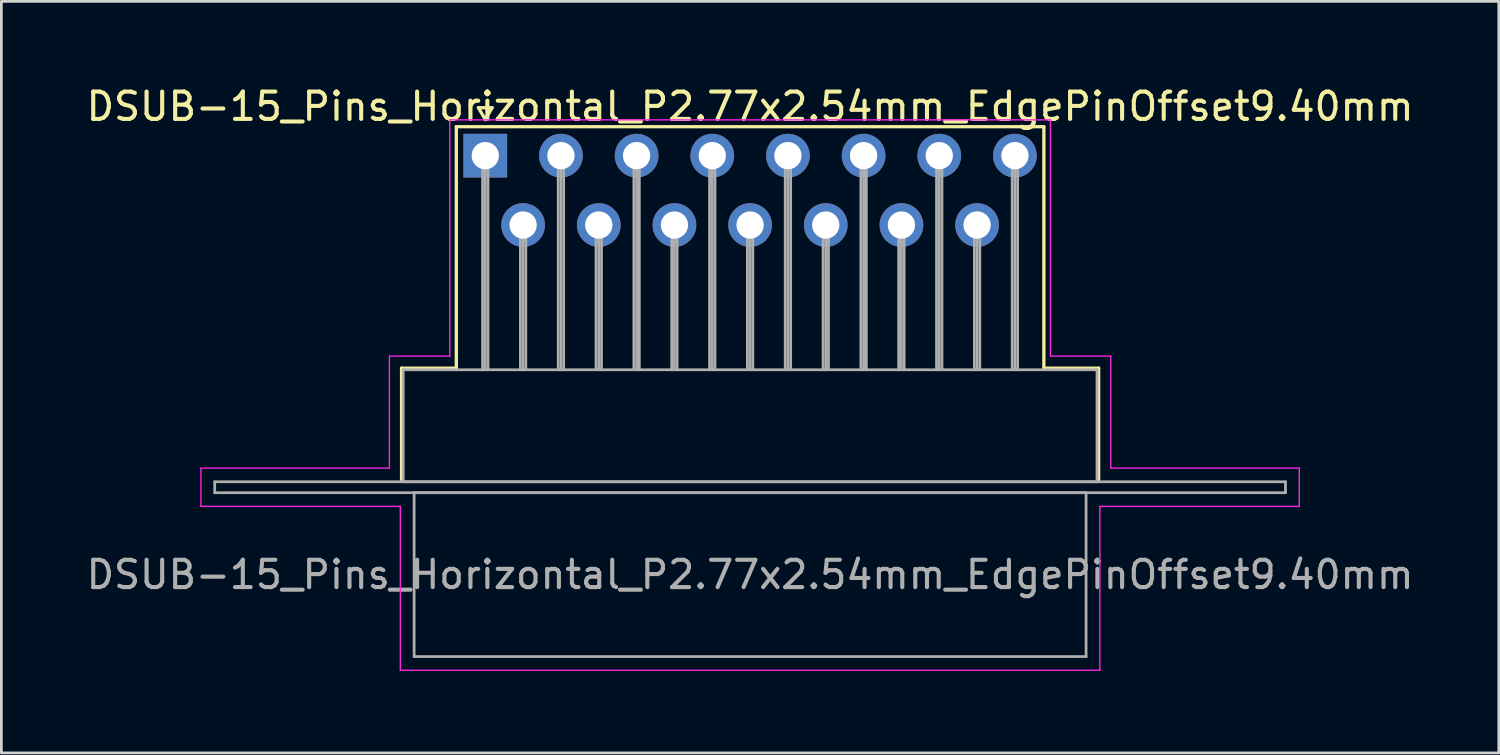
<source format=kicad_pcb>
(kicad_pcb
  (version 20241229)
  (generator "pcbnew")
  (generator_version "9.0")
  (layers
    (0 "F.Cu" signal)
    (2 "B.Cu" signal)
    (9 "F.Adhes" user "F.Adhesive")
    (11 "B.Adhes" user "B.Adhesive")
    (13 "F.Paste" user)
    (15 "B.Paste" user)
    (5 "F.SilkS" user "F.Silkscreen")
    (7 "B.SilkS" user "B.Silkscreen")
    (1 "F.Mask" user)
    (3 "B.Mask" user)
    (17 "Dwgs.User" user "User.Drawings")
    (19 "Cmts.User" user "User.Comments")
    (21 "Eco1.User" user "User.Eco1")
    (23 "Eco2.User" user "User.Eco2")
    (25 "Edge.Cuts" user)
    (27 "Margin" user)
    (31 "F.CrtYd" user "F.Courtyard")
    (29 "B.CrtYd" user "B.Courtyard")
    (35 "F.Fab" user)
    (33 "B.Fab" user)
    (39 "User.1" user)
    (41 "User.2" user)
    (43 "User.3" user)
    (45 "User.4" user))
  (footprint "DSUB-15_Pins_Horizontal_P2.77x2.54mm_EdgePinOffset9.40mm"
    (layer "F.Cu")
    (at 14.716 2.648)
    (property "Reference" "DSUB-15_Pins_Horizontal_P2.77x2.54mm_EdgePinOffset9.40mm" (at 9.695 -1.8 0) (layer "F.SilkS") (effects (font (size 1 1) (thickness 0.15))))
    (attr through_hole)
    (fp_line (start -3.065 7.78) (end -1.06 7.78) (stroke (width 0.12) (type solid)) (layer "F.SilkS"))
    (fp_line (start -3.065 11.88) (end -3.065 7.78) (stroke (width 0.12) (type solid)) (layer "F.SilkS"))
    (fp_line (start -1.06 -1.06) (end 20.45 -1.06) (stroke (width 0.12) (type solid)) (layer "F.SilkS"))
    (fp_line (start -1.06 7.78) (end -1.06 -1.06) (stroke (width 0.12) (type solid)) (layer "F.SilkS"))
    (fp_line (start -0.25 -1.754) (end 0.25 -1.754) (stroke (width 0.12) (type solid)) (layer "F.SilkS"))
    (fp_line (start 0 -1.321) (end -0.25 -1.754) (stroke (width 0.12) (type solid)) (layer "F.SilkS"))
    (fp_line (start 0.25 -1.754) (end 0 -1.321) (stroke (width 0.12) (type solid)) (layer "F.SilkS"))
    (fp_line (start 20.45 -1.06) (end 20.45 7.78) (stroke (width 0.12) (type solid)) (layer "F.SilkS"))
    (fp_line (start 20.45 7.78) (end 22.455 7.78) (stroke (width 0.12) (type solid)) (layer "F.SilkS"))
    (fp_line (start 22.455 7.78) (end 22.455 11.88) (stroke (width 0.12) (type solid)) (layer "F.SilkS"))
    (fp_line (start -10.41 11.44) (end -3.51 11.44) (stroke (width 0.05) (type solid)) (layer "F.CrtYd"))
    (fp_line (start -10.41 12.84) (end -10.41 11.44) (stroke (width 0.05) (type solid)) (layer "F.CrtYd"))
    (fp_line (start -3.51 7.34) (end -1.3 7.34) (stroke (width 0.05) (type solid)) (layer "F.CrtYd"))
    (fp_line (start -3.51 11.44) (end -3.51 7.34) (stroke (width 0.05) (type solid)) (layer "F.CrtYd"))
    (fp_line (start -3.11 12.84) (end -10.41 12.84) (stroke (width 0.05) (type solid)) (layer "F.CrtYd"))
    (fp_line (start -3.11 18.84) (end -3.11 12.84) (stroke (width 0.05) (type solid)) (layer "F.CrtYd"))
    (fp_line (start -1.3 -1.31) (end 20.69 -1.31) (stroke (width 0.05) (type solid)) (layer "F.CrtYd"))
    (fp_line (start -1.3 7.34) (end -1.3 -1.31) (stroke (width 0.05) (type solid)) (layer "F.CrtYd"))
    (fp_line (start 20.69 -1.31) (end 20.69 7.34) (stroke (width 0.05) (type solid)) (layer "F.CrtYd"))
    (fp_line (start 20.69 7.34) (end 22.9 7.34) (stroke (width 0.05) (type solid)) (layer "F.CrtYd"))
    (fp_line (start 22.5 12.84) (end 22.5 18.84) (stroke (width 0.05) (type solid)) (layer "F.CrtYd"))
    (fp_line (start 22.5 18.84) (end -3.11 18.84) (stroke (width 0.05) (type solid)) (layer "F.CrtYd"))
    (fp_line (start 22.9 7.34) (end 22.9 11.44) (stroke (width 0.05) (type solid)) (layer "F.CrtYd"))
    (fp_line (start 22.9 11.44) (end 29.8 11.44) (stroke (width 0.05) (type solid)) (layer "F.CrtYd"))
    (fp_line (start 29.8 11.44) (end 29.8 12.84) (stroke (width 0.05) (type solid)) (layer "F.CrtYd"))
    (fp_line (start 29.8 12.84) (end 22.5 12.84) (stroke (width 0.05) (type solid)) (layer "F.CrtYd"))
    (fp_line (start -9.905 11.94) (end -9.905 12.34) (stroke (width 0.1) (type solid)) (layer "F.Fab"))
    (fp_line (start -9.905 12.34) (end 29.295 12.34) (stroke (width 0.1) (type solid)) (layer "F.Fab"))
    (fp_line (start -3.005 7.84) (end -3.005 11.94) (stroke (width 0.1) (type solid)) (layer "F.Fab"))
    (fp_line (start -3.005 11.94) (end 22.395 11.94) (stroke (width 0.1) (type solid)) (layer "F.Fab"))
    (fp_line (start -2.605 12.34) (end -2.605 18.34) (stroke (width 0.1) (type solid)) (layer "F.Fab"))
    (fp_line (start -2.605 18.34) (end 21.995 18.34) (stroke (width 0.1) (type solid)) (layer "F.Fab"))
    (fp_line (start -0.1 0) (end -0.1 7.84) (stroke (width 0.1) (type solid)) (layer "F.Fab"))
    (fp_line (start 0 0) (end 0 7.84) (stroke (width 0.1) (type solid)) (layer "F.Fab"))
    (fp_line (start 0.1 0) (end 0.1 7.84) (stroke (width 0.1) (type solid)) (layer "F.Fab"))
    (fp_line (start 1.285 2.54) (end 1.285 7.84) (stroke (width 0.1) (type solid)) (layer "F.Fab"))
    (fp_line (start 1.385 2.54) (end 1.385 7.84) (stroke (width 0.1) (type solid)) (layer "F.Fab"))
    (fp_line (start 1.485 2.54) (end 1.485 7.84) (stroke (width 0.1) (type solid)) (layer "F.Fab"))
    (fp_line (start 2.67 0) (end 2.67 7.84) (stroke (width 0.1) (type solid)) (layer "F.Fab"))
    (fp_line (start 2.77 0) (end 2.77 7.84) (stroke (width 0.1) (type solid)) (layer "F.Fab"))
    (fp_line (start 2.87 0) (end 2.87 7.84) (stroke (width 0.1) (type solid)) (layer "F.Fab"))
    (fp_line (start 4.055 2.54) (end 4.055 7.84) (stroke (width 0.1) (type solid)) (layer "F.Fab"))
    (fp_line (start 4.155 2.54) (end 4.155 7.84) (stroke (width 0.1) (type solid)) (layer "F.Fab"))
    (fp_line (start 4.255 2.54) (end 4.255 7.84) (stroke (width 0.1) (type solid)) (layer "F.Fab"))
    (fp_line (start 5.44 0) (end 5.44 7.84) (stroke (width 0.1) (type solid)) (layer "F.Fab"))
    (fp_line (start 5.54 0) (end 5.54 7.84) (stroke (width 0.1) (type solid)) (layer "F.Fab"))
    (fp_line (start 5.64 0) (end 5.64 7.84) (stroke (width 0.1) (type solid)) (layer "F.Fab"))
    (fp_line (start 6.825 2.54) (end 6.825 7.84) (stroke (width 0.1) (type solid)) (layer "F.Fab"))
    (fp_line (start 6.925 2.54) (end 6.925 7.84) (stroke (width 0.1) (type solid)) (layer "F.Fab"))
    (fp_line (start 7.025 2.54) (end 7.025 7.84) (stroke (width 0.1) (type solid)) (layer "F.Fab"))
    (fp_line (start 8.21 0) (end 8.21 7.84) (stroke (width 0.1) (type solid)) (layer "F.Fab"))
    (fp_line (start 8.31 0) (end 8.31 7.84) (stroke (width 0.1) (type solid)) (layer "F.Fab"))
    (fp_line (start 8.41 0) (end 8.41 7.84) (stroke (width 0.1) (type solid)) (layer "F.Fab"))
    (fp_line (start 9.595 2.54) (end 9.595 7.84) (stroke (width 0.1) (type solid)) (layer "F.Fab"))
    (fp_line (start 9.695 2.54) (end 9.695 7.84) (stroke (width 0.1) (type solid)) (layer "F.Fab"))
    (fp_line (start 9.795 2.54) (end 9.795 7.84) (stroke (width 0.1) (type solid)) (layer "F.Fab"))
    (fp_line (start 10.98 0) (end 10.98 7.84) (stroke (width 0.1) (type solid)) (layer "F.Fab"))
    (fp_line (start 11.08 0) (end 11.08 7.84) (stroke (width 0.1) (type solid)) (layer "F.Fab"))
    (fp_line (start 11.18 0) (end 11.18 7.84) (stroke (width 0.1) (type solid)) (layer "F.Fab"))
    (fp_line (start 12.365 2.54) (end 12.365 7.84) (stroke (width 0.1) (type solid)) (layer "F.Fab"))
    (fp_line (start 12.465 2.54) (end 12.465 7.84) (stroke (width 0.1) (type solid)) (layer "F.Fab"))
    (fp_line (start 12.565 2.54) (end 12.565 7.84) (stroke (width 0.1) (type solid)) (layer "F.Fab"))
    (fp_line (start 13.75 0) (end 13.75 7.84) (stroke (width 0.1) (type solid)) (layer "F.Fab"))
    (fp_line (start 13.85 0) (end 13.85 7.84) (stroke (width 0.1) (type solid)) (layer "F.Fab"))
    (fp_line (start 13.95 0) (end 13.95 7.84) (stroke (width 0.1) (type solid)) (layer "F.Fab"))
    (fp_line (start 15.135 2.54) (end 15.135 7.84) (stroke (width 0.1) (type solid)) (layer "F.Fab"))
    (fp_line (start 15.235 2.54) (end 15.235 7.84) (stroke (width 0.1) (type solid)) (layer "F.Fab"))
    (fp_line (start 15.335 2.54) (end 15.335 7.84) (stroke (width 0.1) (type solid)) (layer "F.Fab"))
    (fp_line (start 16.52 0) (end 16.52 7.84) (stroke (width 0.1) (type solid)) (layer "F.Fab"))
    (fp_line (start 16.62 0) (end 16.62 7.84) (stroke (width 0.1) (type solid)) (layer "F.Fab"))
    (fp_line (start 16.72 0) (end 16.72 7.84) (stroke (width 0.1) (type solid)) (layer "F.Fab"))
    (fp_line (start 17.905 2.54) (end 17.905 7.84) (stroke (width 0.1) (type solid)) (layer "F.Fab"))
    (fp_line (start 18.005 2.54) (end 18.005 7.84) (stroke (width 0.1) (type solid)) (layer "F.Fab"))
    (fp_line (start 18.105 2.54) (end 18.105 7.84) (stroke (width 0.1) (type solid)) (layer "F.Fab"))
    (fp_line (start 19.29 0) (end 19.29 7.84) (stroke (width 0.1) (type solid)) (layer "F.Fab"))
    (fp_line (start 19.39 0) (end 19.39 7.84) (stroke (width 0.1) (type solid)) (layer "F.Fab"))
    (fp_line (start 19.49 0) (end 19.49 7.84) (stroke (width 0.1) (type solid)) (layer "F.Fab"))
    (fp_line (start 21.995 12.34) (end -2.605 12.34) (stroke (width 0.1) (type solid)) (layer "F.Fab"))
    (fp_line (start 21.995 18.34) (end 21.995 12.34) (stroke (width 0.1) (type solid)) (layer "F.Fab"))
    (fp_line (start 22.395 7.84) (end -3.005 7.84) (stroke (width 0.1) (type solid)) (layer "F.Fab"))
    (fp_line (start 22.395 11.94) (end 22.395 7.84) (stroke (width 0.1) (type solid)) (layer "F.Fab"))
    (fp_line (start 29.295 11.94) (end -9.905 11.94) (stroke (width 0.1) (type solid)) (layer "F.Fab"))
    (fp_line (start 29.295 12.34) (end 29.295 11.94) (stroke (width 0.1) (type solid)) (layer "F.Fab"))
    (fp_text user "${REFERENCE}" (at 9.695 15.34 0) (layer "F.Fab") (effects (font (size 1 1) (thickness 0.15))))
    (pad "1" thru_hole rect (at 0 0) (size 1.6 1.6) (drill 1) (layers "*.Cu" "*.Mask"))
    (pad "2" thru_hole circle (at 2.77 0) (size 1.6 1.6) (drill 1) (layers "*.Cu" "*.Mask"))
    (pad "3" thru_hole circle (at 5.54 0) (size 1.6 1.6) (drill 1) (layers "*.Cu" "*.Mask"))
    (pad "4" thru_hole circle (at 8.31 0) (size 1.6 1.6) (drill 1) (layers "*.Cu" "*.Mask"))
    (pad "5" thru_hole circle (at 11.08 0) (size 1.6 1.6) (drill 1) (layers "*.Cu" "*.Mask"))
    (pad "6" thru_hole circle (at 13.85 0) (size 1.6 1.6) (drill 1) (layers "*.Cu" "*.Mask"))
    (pad "7" thru_hole circle (at 16.62 0) (size 1.6 1.6) (drill 1) (layers "*.Cu" "*.Mask"))
    (pad "8" thru_hole circle (at 19.39 0) (size 1.6 1.6) (drill 1) (layers "*.Cu" "*.Mask"))
    (pad "9" thru_hole circle (at 1.385 2.54) (size 1.6 1.6) (drill 1) (layers "*.Cu" "*.Mask"))
    (pad "10" thru_hole circle (at 4.155 2.54) (size 1.6 1.6) (drill 1) (layers "*.Cu" "*.Mask"))
    (pad "11" thru_hole circle (at 6.925 2.54) (size 1.6 1.6) (drill 1) (layers "*.Cu" "*.Mask"))
    (pad "12" thru_hole circle (at 9.695 2.54) (size 1.6 1.6) (drill 1) (layers "*.Cu" "*.Mask"))
    (pad "13" thru_hole circle (at 12.465 2.54) (size 1.6 1.6) (drill 1) (layers "*.Cu" "*.Mask"))
    (pad "14" thru_hole circle (at 15.235 2.54) (size 1.6 1.6) (drill 1) (layers "*.Cu" "*.Mask"))
    (pad "15" thru_hole circle (at 18.005 2.54) (size 1.6 1.6) (drill 1) (layers "*.Cu" "*.Mask")))
  (gr_rect
    (start -3 -3)
    (end 51.821 24.513)
    (stroke (width 0.1) (type default))
    (fill no)
    (layer "Edge.Cuts")))
</source>
